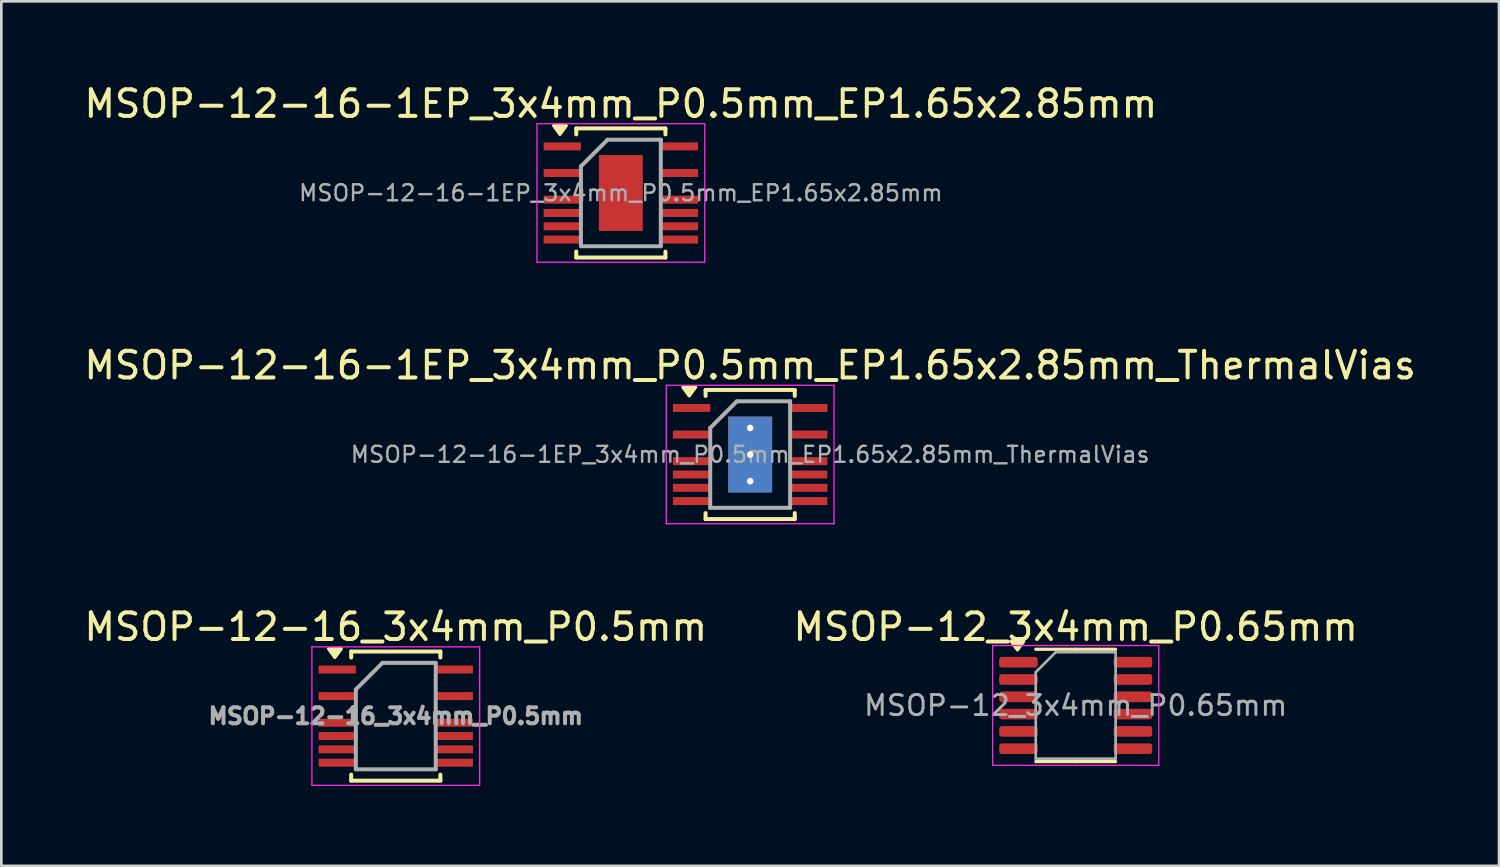
<source format=kicad_pcb>
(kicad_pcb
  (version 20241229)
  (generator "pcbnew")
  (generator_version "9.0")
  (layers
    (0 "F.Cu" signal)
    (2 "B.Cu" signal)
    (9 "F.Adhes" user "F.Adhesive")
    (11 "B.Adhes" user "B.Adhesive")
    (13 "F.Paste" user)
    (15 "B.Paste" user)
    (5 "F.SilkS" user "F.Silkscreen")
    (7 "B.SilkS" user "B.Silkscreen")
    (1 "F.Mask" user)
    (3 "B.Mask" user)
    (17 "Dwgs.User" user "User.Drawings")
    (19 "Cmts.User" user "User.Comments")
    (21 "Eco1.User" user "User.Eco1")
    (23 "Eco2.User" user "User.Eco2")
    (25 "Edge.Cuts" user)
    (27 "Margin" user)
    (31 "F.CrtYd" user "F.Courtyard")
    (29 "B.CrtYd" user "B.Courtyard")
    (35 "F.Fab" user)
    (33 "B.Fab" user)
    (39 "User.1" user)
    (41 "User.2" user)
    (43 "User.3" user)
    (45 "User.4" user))
  (footprint "MSOP-12_3x4mm_P0.65mm"
    (layer "F.Cu")
    (at 37.351 23.445)
    (property "Reference" "MSOP-12_3x4mm_P0.65mm" (at 0 -2.95 0) (layer "F.SilkS") (effects (font (size 1 1) (thickness 0.15))))
    (attr smd)
    (fp_line (start 0 -2.11) (end -1.5 -2.11) (stroke (width 0.12) (type solid)) (layer "F.SilkS"))
    (fp_line (start 0 -2.11) (end 1.5 -2.11) (stroke (width 0.12) (type solid)) (layer "F.SilkS"))
    (fp_line (start 0 2.11) (end -1.5 2.11) (stroke (width 0.12) (type solid)) (layer "F.SilkS"))
    (fp_line (start 0 2.11) (end 1.5 2.11) (stroke (width 0.12) (type solid)) (layer "F.SilkS"))
    (fp_poly (pts (xy -2.188 -2.085) (xy -2.428 -2.415) (xy -1.948 -2.415) (xy -2.188 -2.085)) (stroke (width 0.12) (type solid)) (fill yes) (layer "F.SilkS"))
    (fp_line (start -3.12 -2.25) (end -3.12 2.25) (stroke (width 0.05) (type solid)) (layer "F.CrtYd"))
    (fp_line (start -3.12 2.25) (end 3.12 2.25) (stroke (width 0.05) (type solid)) (layer "F.CrtYd"))
    (fp_line (start 3.12 -2.25) (end -3.12 -2.25) (stroke (width 0.05) (type solid)) (layer "F.CrtYd"))
    (fp_line (start 3.12 2.25) (end 3.12 -2.25) (stroke (width 0.05) (type solid)) (layer "F.CrtYd"))
    (fp_line (start -1.5 -1.25) (end -0.75 -2) (stroke (width 0.1) (type solid)) (layer "F.Fab"))
    (fp_line (start -1.5 2) (end -1.5 -1.25) (stroke (width 0.1) (type solid)) (layer "F.Fab"))
    (fp_line (start -0.75 -2) (end 1.5 -2) (stroke (width 0.1) (type solid)) (layer "F.Fab"))
    (fp_line (start 1.5 -2) (end 1.5 2) (stroke (width 0.1) (type solid)) (layer "F.Fab"))
    (fp_line (start 1.5 2) (end -1.5 2) (stroke (width 0.1) (type solid)) (layer "F.Fab"))
    (fp_text user "${REFERENCE}" (at 0 0 0) (layer "F.Fab") (effects (font (size 0.75 0.75) (thickness 0.11))))
    (pad "1" smd roundrect (at -2.15 -1.625) (size 1.45 0.4) (layers "F.Cu" "F.Mask" "F.Paste") (roundrect_rratio 0.25))
    (pad "2" smd roundrect (at -2.15 -0.975) (size 1.45 0.4) (layers "F.Cu" "F.Mask" "F.Paste") (roundrect_rratio 0.25))
    (pad "3" smd roundrect (at -2.15 -0.325) (size 1.45 0.4) (layers "F.Cu" "F.Mask" "F.Paste") (roundrect_rratio 0.25))
    (pad "4" smd roundrect (at -2.15 0.325) (size 1.45 0.4) (layers "F.Cu" "F.Mask" "F.Paste") (roundrect_rratio 0.25))
    (pad "5" smd roundrect (at -2.15 0.975) (size 1.45 0.4) (layers "F.Cu" "F.Mask" "F.Paste") (roundrect_rratio 0.25))
    (pad "6" smd roundrect (at -2.15 1.625) (size 1.45 0.4) (layers "F.Cu" "F.Mask" "F.Paste") (roundrect_rratio 0.25))
    (pad "7" smd roundrect (at 2.15 1.625) (size 1.45 0.4) (layers "F.Cu" "F.Mask" "F.Paste") (roundrect_rratio 0.25))
    (pad "8" smd roundrect (at 2.15 0.975) (size 1.45 0.4) (layers "F.Cu" "F.Mask" "F.Paste") (roundrect_rratio 0.25))
    (pad "9" smd roundrect (at 2.15 0.325) (size 1.45 0.4) (layers "F.Cu" "F.Mask" "F.Paste") (roundrect_rratio 0.25))
    (pad "10" smd roundrect (at 2.15 -0.325) (size 1.45 0.4) (layers "F.Cu" "F.Mask" "F.Paste") (roundrect_rratio 0.25))
    (pad "11" smd roundrect (at 2.15 -0.975) (size 1.45 0.4) (layers "F.Cu" "F.Mask" "F.Paste") (roundrect_rratio 0.25))
    (pad "12" smd roundrect (at 2.15 -1.625) (size 1.45 0.4) (layers "F.Cu" "F.Mask" "F.Paste") (roundrect_rratio 0.25)))
  (footprint "MSOP-12-16-1EP_3x4mm_P0.5mm_EP1.65x2.85mm_ThermalVias"
    (layer "F.Cu")
    (at 25.125 14.021)
    (property "Reference" "MSOP-12-16-1EP_3x4mm_P0.5mm_EP1.65x2.85mm_ThermalVias" (at 0 -3.35 0) (layer "F.SilkS") (effects (font (size 1 1) (thickness 0.15))))
    (attr smd)
    (fp_line (start -1.675 -2.425) (end -1.675 -2.2) (stroke (width 0.15) (type solid)) (layer "F.SilkS"))
    (fp_line (start -1.675 -2.425) (end 1.675 -2.425) (stroke (width 0.15) (type solid)) (layer "F.SilkS"))
    (fp_line (start -1.675 2.425) (end -1.675 2.2) (stroke (width 0.15) (type solid)) (layer "F.SilkS"))
    (fp_line (start -1.675 2.425) (end 1.675 2.425) (stroke (width 0.15) (type solid)) (layer "F.SilkS"))
    (fp_line (start 1.675 -2.425) (end 1.675 -2.2) (stroke (width 0.15) (type solid)) (layer "F.SilkS"))
    (fp_line (start 1.675 2.425) (end 1.675 2.2) (stroke (width 0.15) (type solid)) (layer "F.SilkS"))
    (fp_poly (pts (xy -2.288 -2.2) (xy -2.527 -2.53) (xy -2.047 -2.53) (xy -2.288 -2.2)) (stroke (width 0.12) (type solid)) (fill yes) (layer "F.SilkS"))
    (fp_line (start -3.15 -2.6) (end -3.15 2.6) (stroke (width 0.05) (type solid)) (layer "F.CrtYd"))
    (fp_line (start -3.15 -2.6) (end 3.15 -2.6) (stroke (width 0.05) (type solid)) (layer "F.CrtYd"))
    (fp_line (start -3.15 2.6) (end 3.15 2.6) (stroke (width 0.05) (type solid)) (layer "F.CrtYd"))
    (fp_line (start 3.15 -2.6) (end 3.15 2.6) (stroke (width 0.05) (type solid)) (layer "F.CrtYd"))
    (fp_line (start -1.5 -1) (end -0.5 -2) (stroke (width 0.15) (type solid)) (layer "F.Fab"))
    (fp_line (start -1.5 2) (end -1.5 -1) (stroke (width 0.15) (type solid)) (layer "F.Fab"))
    (fp_line (start -0.5 -2) (end 1.5 -2) (stroke (width 0.15) (type solid)) (layer "F.Fab"))
    (fp_line (start 1.5 -2) (end 1.5 2) (stroke (width 0.15) (type solid)) (layer "F.Fab"))
    (fp_line (start 1.5 2) (end -1.5 2) (stroke (width 0.15) (type solid)) (layer "F.Fab"))
    (fp_text user "${REFERENCE}" (at 0 0 0) (layer "F.Fab") (effects (font (size 0.6 0.6) (thickness 0.09))))
    (pad "" smd rect (at -0.45 -1.25) (size 0.65 0.25) (layers "F.Paste"))
    (pad "" smd rect (at -0.45 -0.5) (size 0.65 0.8) (layers "F.Paste"))
    (pad "" smd rect (at -0.45 0.5) (size 0.65 0.8) (layers "F.Paste"))
    (pad "" smd rect (at -0.45 1.25) (size 0.65 0.25) (layers "F.Paste"))
    (pad "" smd rect (at 0.45 -1.25) (size 0.65 0.25) (layers "F.Paste"))
    (pad "" smd rect (at 0.45 -0.5) (size 0.65 0.8) (layers "F.Paste"))
    (pad "" smd rect (at 0.45 0.5) (size 0.65 0.8) (layers "F.Paste"))
    (pad "" smd rect (at 0.45 1.25) (size 0.65 0.25) (layers "F.Paste"))
    (pad "1" smd rect (at -2.2 -1.75) (size 1.4 0.3) (layers "F.Cu" "F.Mask" "F.Paste"))
    (pad "3" smd rect (at -2.2 -0.75) (size 1.4 0.3) (layers "F.Cu" "F.Mask" "F.Paste"))
    (pad "5" smd rect (at -2.2 0.25) (size 1.4 0.3) (layers "F.Cu" "F.Mask" "F.Paste"))
    (pad "6" smd rect (at -2.2 0.75) (size 1.4 0.3) (layers "F.Cu" "F.Mask" "F.Paste"))
    (pad "7" smd rect (at -2.2 1.25) (size 1.4 0.3) (layers "F.Cu" "F.Mask" "F.Paste"))
    (pad "8" smd rect (at -2.2 1.75) (size 1.4 0.3) (layers "F.Cu" "F.Mask" "F.Paste"))
    (pad "9" smd rect (at 2.2 1.75) (size 1.4 0.3) (layers "F.Cu" "F.Mask" "F.Paste"))
    (pad "10" smd rect (at 2.2 1.25) (size 1.4 0.3) (layers "F.Cu" "F.Mask" "F.Paste"))
    (pad "11" smd rect (at 2.2 0.75) (size 1.4 0.3) (layers "F.Cu" "F.Mask" "F.Paste"))
    (pad "12" smd rect (at 2.2 0.25) (size 1.4 0.3) (layers "F.Cu" "F.Mask" "F.Paste"))
    (pad "14" smd rect (at 2.2 -0.75) (size 1.4 0.3) (layers "F.Cu" "F.Mask" "F.Paste"))
    (pad "16" smd rect (at 2.2 -1.75) (size 1.4 0.3) (layers "F.Cu" "F.Mask" "F.Paste"))
    (pad "17" thru_hole circle (at 0 -1) (size 0.65 0.65) (drill 0.25) (layers "*.Cu"))
    (pad "17" thru_hole circle (at 0 0) (size 0.65 0.65) (drill 0.25) (layers "*.Cu"))
    (pad "17" smd rect (at 0 0) (size 1.65 2.85) (layers "F.Cu" "F.Mask" "F.Paste"))
    (pad "17" smd rect (at 0 0) (size 1.65 2.85) (layers "B.Cu"))
    (pad "17" thru_hole circle (at 0 1) (size 0.65 0.65) (drill 0.25) (layers "*.Cu")))
  (footprint "MSOP-12-16-1EP_3x4mm_P0.5mm_EP1.65x2.85mm"
    (layer "F.Cu")
    (at 20.268 4.198)
    (property "Reference" "MSOP-12-16-1EP_3x4mm_P0.5mm_EP1.65x2.85mm" (at 0 -3.35 0) (layer "F.SilkS") (effects (font (size 1 1) (thickness 0.15))))
    (attr smd)
    (fp_line (start -1.675 -2.425) (end -1.675 -2.2) (stroke (width 0.15) (type solid)) (layer "F.SilkS"))
    (fp_line (start -1.675 -2.425) (end 1.675 -2.425) (stroke (width 0.15) (type solid)) (layer "F.SilkS"))
    (fp_line (start -1.675 2.425) (end -1.675 2.2) (stroke (width 0.15) (type solid)) (layer "F.SilkS"))
    (fp_line (start -1.675 2.425) (end 1.675 2.425) (stroke (width 0.15) (type solid)) (layer "F.SilkS"))
    (fp_line (start 1.675 -2.425) (end 1.675 -2.2) (stroke (width 0.15) (type solid)) (layer "F.SilkS"))
    (fp_line (start 1.675 2.425) (end 1.675 2.2) (stroke (width 0.15) (type solid)) (layer "F.SilkS"))
    (fp_poly (pts (xy -2.288 -2.2) (xy -2.527 -2.53) (xy -2.047 -2.53) (xy -2.288 -2.2)) (stroke (width 0.12) (type solid)) (fill yes) (layer "F.SilkS"))
    (fp_line (start -3.15 -2.6) (end -3.15 2.6) (stroke (width 0.05) (type solid)) (layer "F.CrtYd"))
    (fp_line (start -3.15 -2.6) (end 3.15 -2.6) (stroke (width 0.05) (type solid)) (layer "F.CrtYd"))
    (fp_line (start -3.15 2.6) (end 3.15 2.6) (stroke (width 0.05) (type solid)) (layer "F.CrtYd"))
    (fp_line (start 3.15 -2.6) (end 3.15 2.6) (stroke (width 0.05) (type solid)) (layer "F.CrtYd"))
    (fp_line (start -1.5 -1) (end -0.5 -2) (stroke (width 0.15) (type solid)) (layer "F.Fab"))
    (fp_line (start -1.5 2) (end -1.5 -1) (stroke (width 0.15) (type solid)) (layer "F.Fab"))
    (fp_line (start -0.5 -2) (end 1.5 -2) (stroke (width 0.15) (type solid)) (layer "F.Fab"))
    (fp_line (start 1.5 -2) (end 1.5 2) (stroke (width 0.15) (type solid)) (layer "F.Fab"))
    (fp_line (start 1.5 2) (end -1.5 2) (stroke (width 0.15) (type solid)) (layer "F.Fab"))
    (fp_text user "${REFERENCE}" (at 0 0 0) (layer "F.Fab") (effects (font (size 0.6 0.6) (thickness 0.09))))
    (pad "" smd rect (at -0.412 -0.95) (size 0.66 0.75) (layers "F.Paste"))
    (pad "" smd rect (at -0.412 0) (size 0.66 0.75) (layers "F.Paste"))
    (pad "" smd rect (at -0.412 0.95) (size 0.66 0.75) (layers "F.Paste"))
    (pad "" smd rect (at 0.412 -0.95) (size 0.66 0.75) (layers "F.Paste"))
    (pad "" smd rect (at 0.412 0) (size 0.66 0.75) (layers "F.Paste"))
    (pad "" smd rect (at 0.412 0.95) (size 0.66 0.75) (layers "F.Paste"))
    (pad "1" smd rect (at -2.2 -1.75) (size 1.4 0.3) (layers "F.Cu" "F.Mask" "F.Paste"))
    (pad "3" smd rect (at -2.2 -0.75) (size 1.4 0.3) (layers "F.Cu" "F.Mask" "F.Paste"))
    (pad "5" smd rect (at -2.2 0.25) (size 1.4 0.3) (layers "F.Cu" "F.Mask" "F.Paste"))
    (pad "6" smd rect (at -2.2 0.75) (size 1.4 0.3) (layers "F.Cu" "F.Mask" "F.Paste"))
    (pad "7" smd rect (at -2.2 1.25) (size 1.4 0.3) (layers "F.Cu" "F.Mask" "F.Paste"))
    (pad "8" smd rect (at -2.2 1.75) (size 1.4 0.3) (layers "F.Cu" "F.Mask" "F.Paste"))
    (pad "9" smd rect (at 2.2 1.75) (size 1.4 0.3) (layers "F.Cu" "F.Mask" "F.Paste"))
    (pad "10" smd rect (at 2.2 1.25) (size 1.4 0.3) (layers "F.Cu" "F.Mask" "F.Paste"))
    (pad "11" smd rect (at 2.2 0.75) (size 1.4 0.3) (layers "F.Cu" "F.Mask" "F.Paste"))
    (pad "12" smd rect (at 2.2 0.25) (size 1.4 0.3) (layers "F.Cu" "F.Mask" "F.Paste"))
    (pad "14" smd rect (at 2.2 -0.75) (size 1.4 0.3) (layers "F.Cu" "F.Mask" "F.Paste"))
    (pad "16" smd rect (at 2.2 -1.75) (size 1.4 0.3) (layers "F.Cu" "F.Mask" "F.Paste"))
    (pad "17" smd rect (at 0 0) (size 1.65 2.85) (layers "F.Cu" "F.Mask")))
  (footprint "MSOP-12-16_3x4mm_P0.5mm"
    (layer "F.Cu")
    (at 11.815 23.845)
    (property "Reference" "MSOP-12-16_3x4mm_P0.5mm" (at 0 -3.35 0) (layer "F.SilkS") (effects (font (size 1 1) (thickness 0.15))))
    (attr smd)
    (fp_line (start -1.675 -2.425) (end -1.675 -2.2) (stroke (width 0.15) (type solid)) (layer "F.SilkS"))
    (fp_line (start -1.675 -2.425) (end 1.675 -2.425) (stroke (width 0.15) (type solid)) (layer "F.SilkS"))
    (fp_line (start -1.675 2.425) (end -1.675 2.2) (stroke (width 0.15) (type solid)) (layer "F.SilkS"))
    (fp_line (start -1.675 2.425) (end 1.675 2.425) (stroke (width 0.15) (type solid)) (layer "F.SilkS"))
    (fp_line (start 1.675 -2.425) (end 1.675 -2.2) (stroke (width 0.15) (type solid)) (layer "F.SilkS"))
    (fp_line (start 1.675 2.425) (end 1.675 2.2) (stroke (width 0.15) (type solid)) (layer "F.SilkS"))
    (fp_poly (pts (xy -2.288 -2.2) (xy -2.527 -2.53) (xy -2.047 -2.53) (xy -2.288 -2.2)) (stroke (width 0.12) (type solid)) (fill yes) (layer "F.SilkS"))
    (fp_line (start -3.15 -2.6) (end -3.15 2.6) (stroke (width 0.05) (type solid)) (layer "F.CrtYd"))
    (fp_line (start -3.15 -2.6) (end 3.15 -2.6) (stroke (width 0.05) (type solid)) (layer "F.CrtYd"))
    (fp_line (start -3.15 2.6) (end 3.15 2.6) (stroke (width 0.05) (type solid)) (layer "F.CrtYd"))
    (fp_line (start 3.15 -2.6) (end 3.15 2.6) (stroke (width 0.05) (type solid)) (layer "F.CrtYd"))
    (fp_line (start -1.5 -1) (end -0.5 -2) (stroke (width 0.15) (type solid)) (layer "F.Fab"))
    (fp_line (start -1.5 2) (end -1.5 -1) (stroke (width 0.15) (type solid)) (layer "F.Fab"))
    (fp_line (start -0.5 -2) (end 1.5 -2) (stroke (width 0.15) (type solid)) (layer "F.Fab"))
    (fp_line (start 1.5 -2) (end 1.5 2) (stroke (width 0.15) (type solid)) (layer "F.Fab"))
    (fp_line (start 1.5 2) (end -1.5 2) (stroke (width 0.15) (type solid)) (layer "F.Fab"))
    (fp_text user "${REFERENCE}" (at 0 0 0) (layer "F.Fab") (effects (font (size 0.6 0.6) (thickness 0.15))))
    (pad "1" smd rect (at -2.2 -1.75) (size 1.4 0.3) (layers "F.Cu" "F.Mask" "F.Paste"))
    (pad "3" smd rect (at -2.2 -0.75) (size 1.4 0.3) (layers "F.Cu" "F.Mask" "F.Paste"))
    (pad "5" smd rect (at -2.2 0.25) (size 1.4 0.3) (layers "F.Cu" "F.Mask" "F.Paste"))
    (pad "6" smd rect (at -2.2 0.75) (size 1.4 0.3) (layers "F.Cu" "F.Mask" "F.Paste"))
    (pad "7" smd rect (at -2.2 1.25) (size 1.4 0.3) (layers "F.Cu" "F.Mask" "F.Paste"))
    (pad "8" smd rect (at -2.2 1.75) (size 1.4 0.3) (layers "F.Cu" "F.Mask" "F.Paste"))
    (pad "9" smd rect (at 2.2 1.75) (size 1.4 0.3) (layers "F.Cu" "F.Mask" "F.Paste"))
    (pad "10" smd rect (at 2.2 1.25) (size 1.4 0.3) (layers "F.Cu" "F.Mask" "F.Paste"))
    (pad "11" smd rect (at 2.2 0.75) (size 1.4 0.3) (layers "F.Cu" "F.Mask" "F.Paste"))
    (pad "12" smd rect (at 2.2 0.25) (size 1.4 0.3) (layers "F.Cu" "F.Mask" "F.Paste"))
    (pad "14" smd rect (at 2.2 -0.75) (size 1.4 0.3) (layers "F.Cu" "F.Mask" "F.Paste"))
    (pad "16" smd rect (at 2.2 -1.75) (size 1.4 0.3) (layers "F.Cu" "F.Mask" "F.Paste")))
  (gr_rect
    (start -3 -3)
    (end 53.25 29.47)
    (stroke (width 0.1) (type default))
    (fill no)
    (layer "Edge.Cuts")))
</source>
